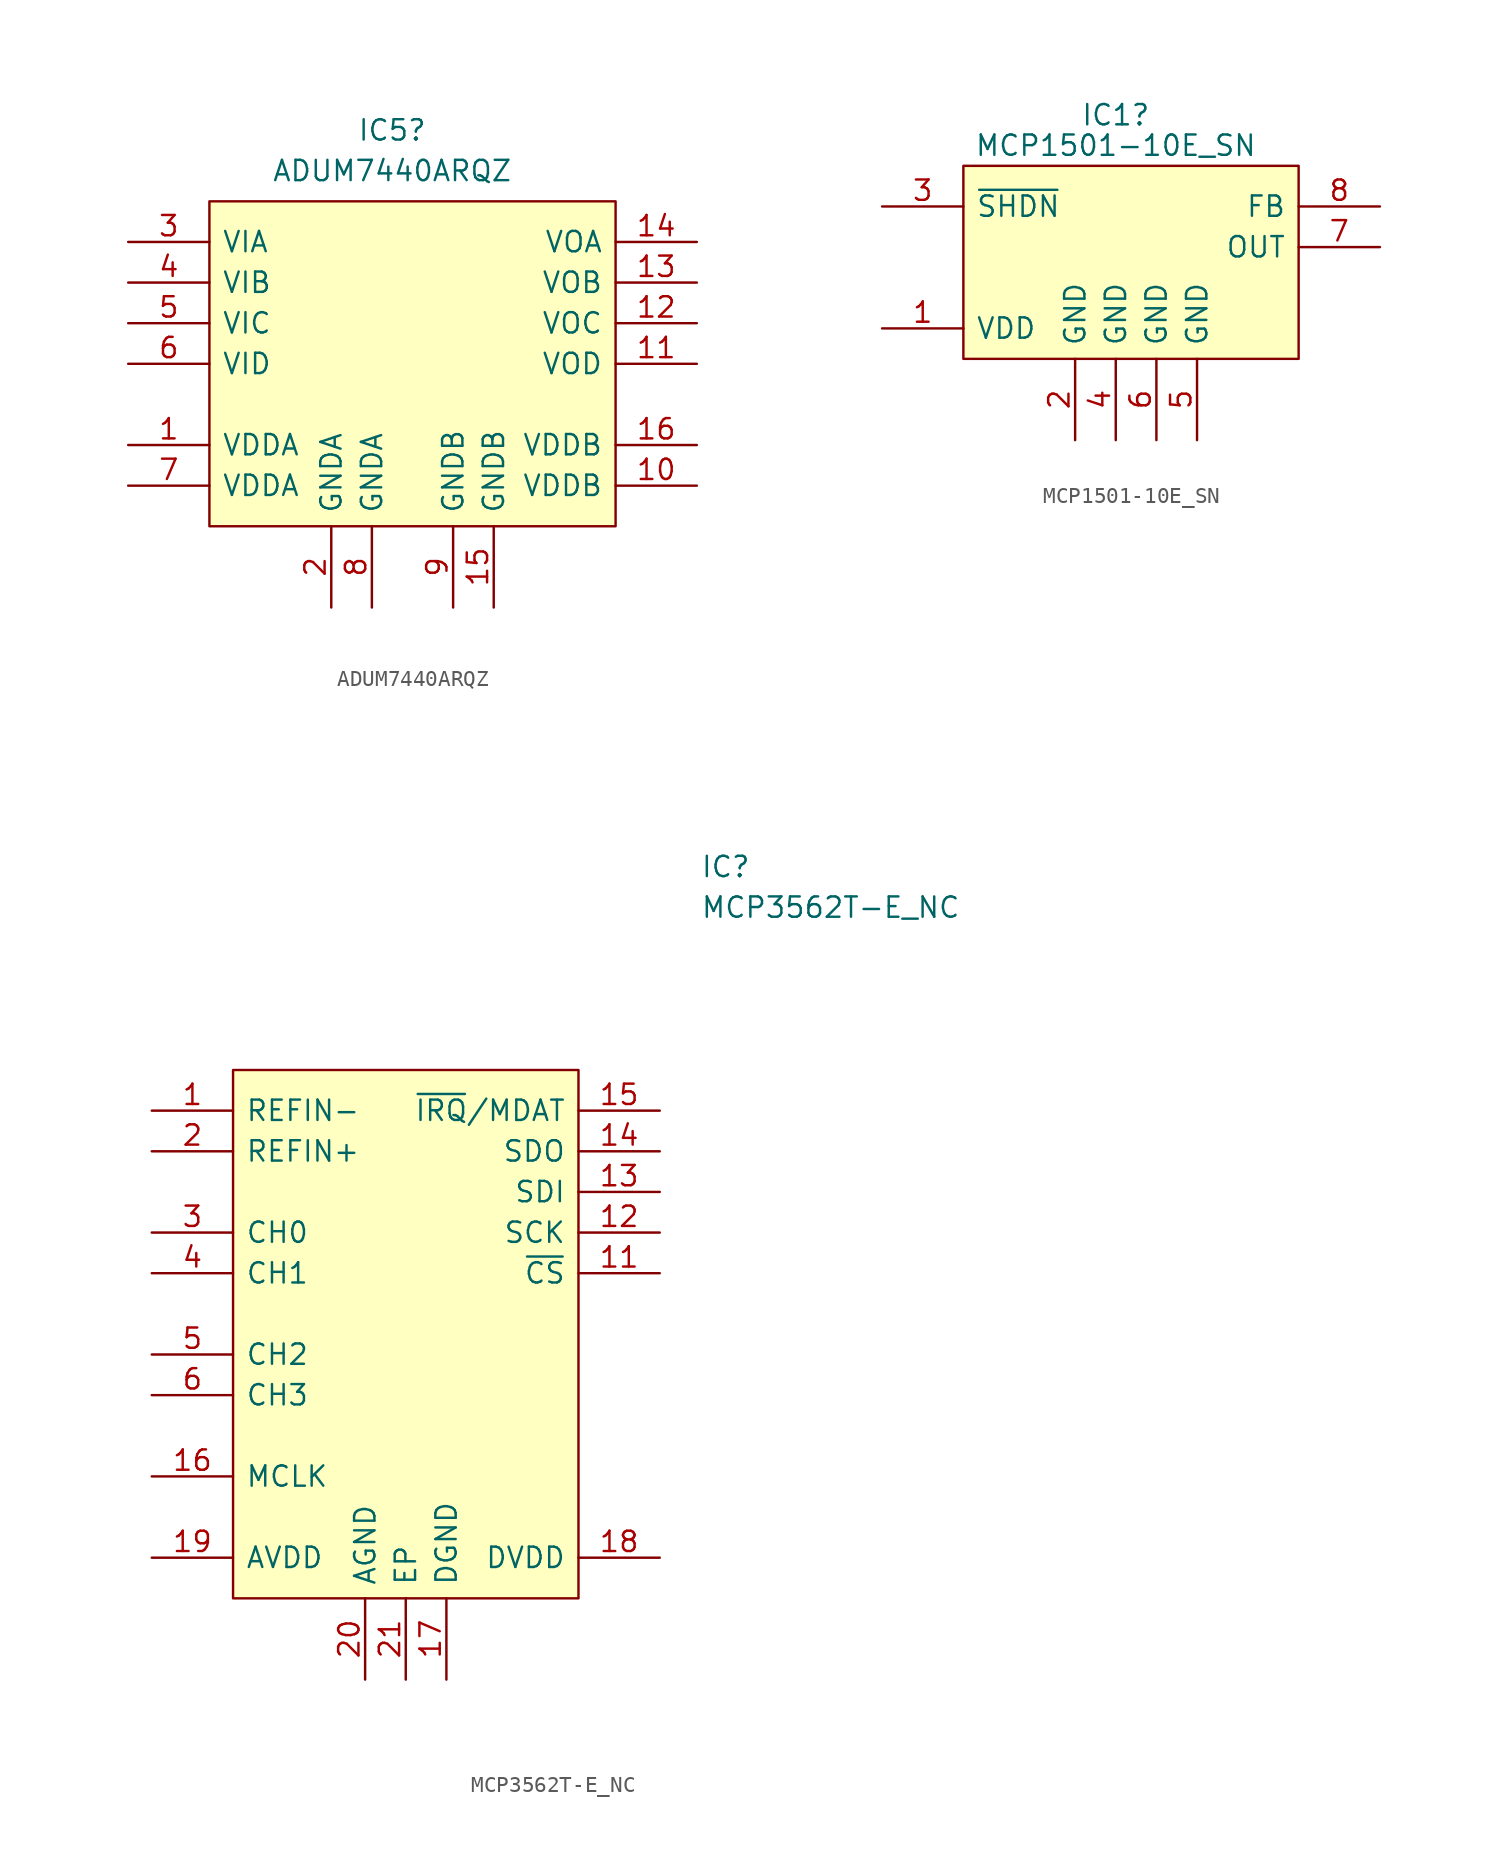
<source format=kicad_sym>
(kicad_symbol_lib
  (version 20211014)
  (generator kicad_symbol_editor)
  (symbol "ADUM7440ARQZ"
    (pin_names
      (offset 0.762))
    (property "Reference" "IC5"
      (at 0 -1.27 0)
      (effects (font (size 1.27 1.27))))
    (property "Value" "ADUM7440ARQZ"
      (at 0 -3.81 0)
      (effects (font (size 1.27 1.27))))
    (symbol "ADUM7440ARQZ_0_0"
      (pin passive line (at -16.51 -20.955 0) (length 5.08) (name "VDDA" (effects (font (size 1.27 1.27)))) (number "1" (effects (font (size 1.27 1.27)))))
      (pin passive line (at 19.05 -23.495 180) (length 5.08) (name "VDDB" (effects (font (size 1.27 1.27)))) (number "10" (effects (font (size 1.27 1.27)))))
      (pin passive line (at 19.05 -15.875 180) (length 5.08) (name "VOD" (effects (font (size 1.27 1.27)))) (number "11" (effects (font (size 1.27 1.27)))))
      (pin passive line (at 19.05 -13.335 180) (length 5.08) (name "VOC" (effects (font (size 1.27 1.27)))) (number "12" (effects (font (size 1.27 1.27)))))
      (pin passive line (at 19.05 -10.795 180) (length 5.08) (name "VOB" (effects (font (size 1.27 1.27)))) (number "13" (effects (font (size 1.27 1.27)))))
      (pin passive line (at 19.05 -8.255 180) (length 5.08) (name "VOA" (effects (font (size 1.27 1.27)))) (number "14" (effects (font (size 1.27 1.27)))))
      (pin passive line (at 6.35 -31.115 90) (length 5.08) (name "GNDB" (effects (font (size 1.27 1.27)))) (number "15" (effects (font (size 1.27 1.27)))))
      (pin passive line (at 19.05 -20.955 180) (length 5.08) (name "VDDB" (effects (font (size 1.27 1.27)))) (number "16" (effects (font (size 1.27 1.27)))))
      (pin passive line (at -3.81 -31.115 90) (length 5.08) (name "GNDA" (effects (font (size 1.27 1.27)))) (number "2" (effects (font (size 1.27 1.27)))))
      (pin passive line (at -16.51 -8.255 0) (length 5.08) (name "VIA" (effects (font (size 1.27 1.27)))) (number "3" (effects (font (size 1.27 1.27)))))
      (pin passive line (at -16.51 -10.795 0) (length 5.08) (name "VIB" (effects (font (size 1.27 1.27)))) (number "4" (effects (font (size 1.27 1.27)))))
      (pin passive line (at -16.51 -13.335 0) (length 5.08) (name "VIC" (effects (font (size 1.27 1.27)))) (number "5" (effects (font (size 1.27 1.27)))))
      (pin passive line (at -16.51 -15.875 0) (length 5.08) (name "VID" (effects (font (size 1.27 1.27)))) (number "6" (effects (font (size 1.27 1.27)))))
      (pin passive line (at -16.51 -23.495 0) (length 5.08) (name "VDDA" (effects (font (size 1.27 1.27)))) (number "7" (effects (font (size 1.27 1.27)))))
      (pin passive line (at -1.27 -31.115 90) (length 5.08) (name "GNDA" (effects (font (size 1.27 1.27)))) (number "8" (effects (font (size 1.27 1.27)))))
      (pin passive line (at 3.81 -31.115 90) (length 5.08) (name "GNDB" (effects (font (size 1.27 1.27)))) (number "9" (effects (font (size 1.27 1.27))))))
    (symbol "ADUM7440ARQZ_0_1"
      (polyline (pts (xy -11.43 -5.715) (xy 13.97 -5.715) (xy 13.97 -26.035) (xy -11.43 -26.035) (xy -11.43 -5.715)) (stroke (width 0.152) (type default) (color 0 0 0 0)) (fill (type background)))))
  (symbol "MCP1501-10E_SN"
    (pin_names
      (offset 0.762))
    (property "Reference" "IC1"
      (at 14.605 5.08 0)
      (effects (font (size 1.27 1.27))))
    (property "Value" "MCP1501-10E_SN"
      (at 14.605 3.175 0)
      (effects (font (size 1.27 1.27))))
    (symbol "MCP1501-10E_SN_0_0"
      (pin passive line (at 0 -8.255 0) (length 5.08) (name "VDD" (effects (font (size 1.27 1.27)))) (number "1" (effects (font (size 1.27 1.27)))))
      (pin passive line (at 12.065 -15.24 90) (length 5.08) (name "GND" (effects (font (size 1.27 1.27)))) (number "2" (effects (font (size 1.27 1.27)))))
      (pin passive line (at 0 -0.635 0) (length 5.08) (name "~{SHDN}" (effects (font (size 1.27 1.27)))) (number "3" (effects (font (size 1.27 1.27)))))
      (pin passive line (at 14.605 -15.24 90) (length 5.08) (name "GND" (effects (font (size 1.27 1.27)))) (number "4" (effects (font (size 1.27 1.27)))))
      (pin passive line (at 19.685 -15.24 90) (length 5.08) (name "GND" (effects (font (size 1.27 1.27)))) (number "5" (effects (font (size 1.27 1.27)))))
      (pin passive line (at 17.145 -15.24 90) (length 5.08) (name "GND" (effects (font (size 1.27 1.27)))) (number "6" (effects (font (size 1.27 1.27)))))
      (pin passive line (at 31.115 -3.175 180) (length 5.08) (name "OUT" (effects (font (size 1.27 1.27)))) (number "7" (effects (font (size 1.27 1.27)))))
      (pin passive line (at 31.115 -0.635 180) (length 5.08) (name "FB" (effects (font (size 1.27 1.27)))) (number "8" (effects (font (size 1.27 1.27))))))
    (symbol "MCP1501-10E_SN_0_1"
      (polyline (pts (xy 5.08 1.905) (xy 26.035 1.905) (xy 26.035 -10.16) (xy 5.08 -10.16) (xy 5.08 1.905)) (stroke (width 0.152) (type default) (color 0 0 0 0)) (fill (type background)))))
  (symbol "MCP3562T-E_NC"
    (pin_names
      (offset 0.762))
    (property "Reference" "IC"
      (at 34.29 15.24 0)
      (effects (font (size 1.27 1.27)) (justify left)))
    (property "Value" "MCP3562T-E_NC"
      (at 34.29 12.7 0)
      (effects (font (size 1.27 1.27)) (justify left)))
    (symbol "MCP3562T-E_NC_0_0"
      (pin passive line (at 0 0 0) (length 5.08) (name "REFIN-" (effects (font (size 1.27 1.27)))) (number "1" (effects (font (size 1.27 1.27)))))
      (pin passive line (at 31.75 -10.16 180) (length 5.08) (name "~{CS}" (effects (font (size 1.27 1.27)))) (number "11" (effects (font (size 1.27 1.27)))))
      (pin passive line (at 31.75 -7.62 180) (length 5.08) (name "SCK" (effects (font (size 1.27 1.27)))) (number "12" (effects (font (size 1.27 1.27)))))
      (pin passive line (at 31.75 -5.08 180) (length 5.08) (name "SDI" (effects (font (size 1.27 1.27)))) (number "13" (effects (font (size 1.27 1.27)))))
      (pin passive line (at 31.75 -2.54 180) (length 5.08) (name "SDO" (effects (font (size 1.27 1.27)))) (number "14" (effects (font (size 1.27 1.27)))))
      (pin passive line (at 31.75 0 180) (length 5.08) (name "~{IRQ}/MDAT" (effects (font (size 1.27 1.27)))) (number "15" (effects (font (size 1.27 1.27)))))
      (pin passive line (at 0 -22.86 0) (length 5.08) (name "MCLK" (effects (font (size 1.27 1.27)))) (number "16" (effects (font (size 1.27 1.27)))))
      (pin passive line (at 18.415 -35.56 90) (length 5.08) (name "DGND" (effects (font (size 1.27 1.27)))) (number "17" (effects (font (size 1.27 1.27)))))
      (pin passive line (at 31.75 -27.94 180) (length 5.08) (name "DVDD" (effects (font (size 1.27 1.27)))) (number "18" (effects (font (size 1.27 1.27)))))
      (pin passive line (at 0 -27.94 0) (length 5.08) (name "AVDD" (effects (font (size 1.27 1.27)))) (number "19" (effects (font (size 1.27 1.27)))))
      (pin passive line (at 0 -2.54 0) (length 5.08) (name "REFIN+" (effects (font (size 1.27 1.27)))) (number "2" (effects (font (size 1.27 1.27)))))
      (pin passive line (at 13.335 -35.56 90) (length 5.08) (name "AGND" (effects (font (size 1.27 1.27)))) (number "20" (effects (font (size 1.27 1.27)))))
      (pin passive line (at 15.875 -35.56 90) (length 5.08) (name "EP" (effects (font (size 1.27 1.27)))) (number "21" (effects (font (size 1.27 1.27)))))
      (pin passive line (at 0 -7.62 0) (length 5.08) (name "CH0" (effects (font (size 1.27 1.27)))) (number "3" (effects (font (size 1.27 1.27)))))
      (pin passive line (at 0 -10.16 0) (length 5.08) (name "CH1" (effects (font (size 1.27 1.27)))) (number "4" (effects (font (size 1.27 1.27)))))
      (pin passive line (at 0 -15.24 0) (length 5.08) (name "CH2" (effects (font (size 1.27 1.27)))) (number "5" (effects (font (size 1.27 1.27)))))
      (pin passive line (at 0 -17.78 0) (length 5.08) (name "CH3" (effects (font (size 1.27 1.27)))) (number "6" (effects (font (size 1.27 1.27))))))
    (symbol "MCP3562T-E_NC_0_1"
      (polyline (pts (xy 5.08 2.54) (xy 26.67 2.54) (xy 26.67 -30.48) (xy 5.08 -30.48) (xy 5.08 2.54)) (stroke (width 0.152) (type default) (color 0 0 0 0)) (fill (type background))))))
</source>
